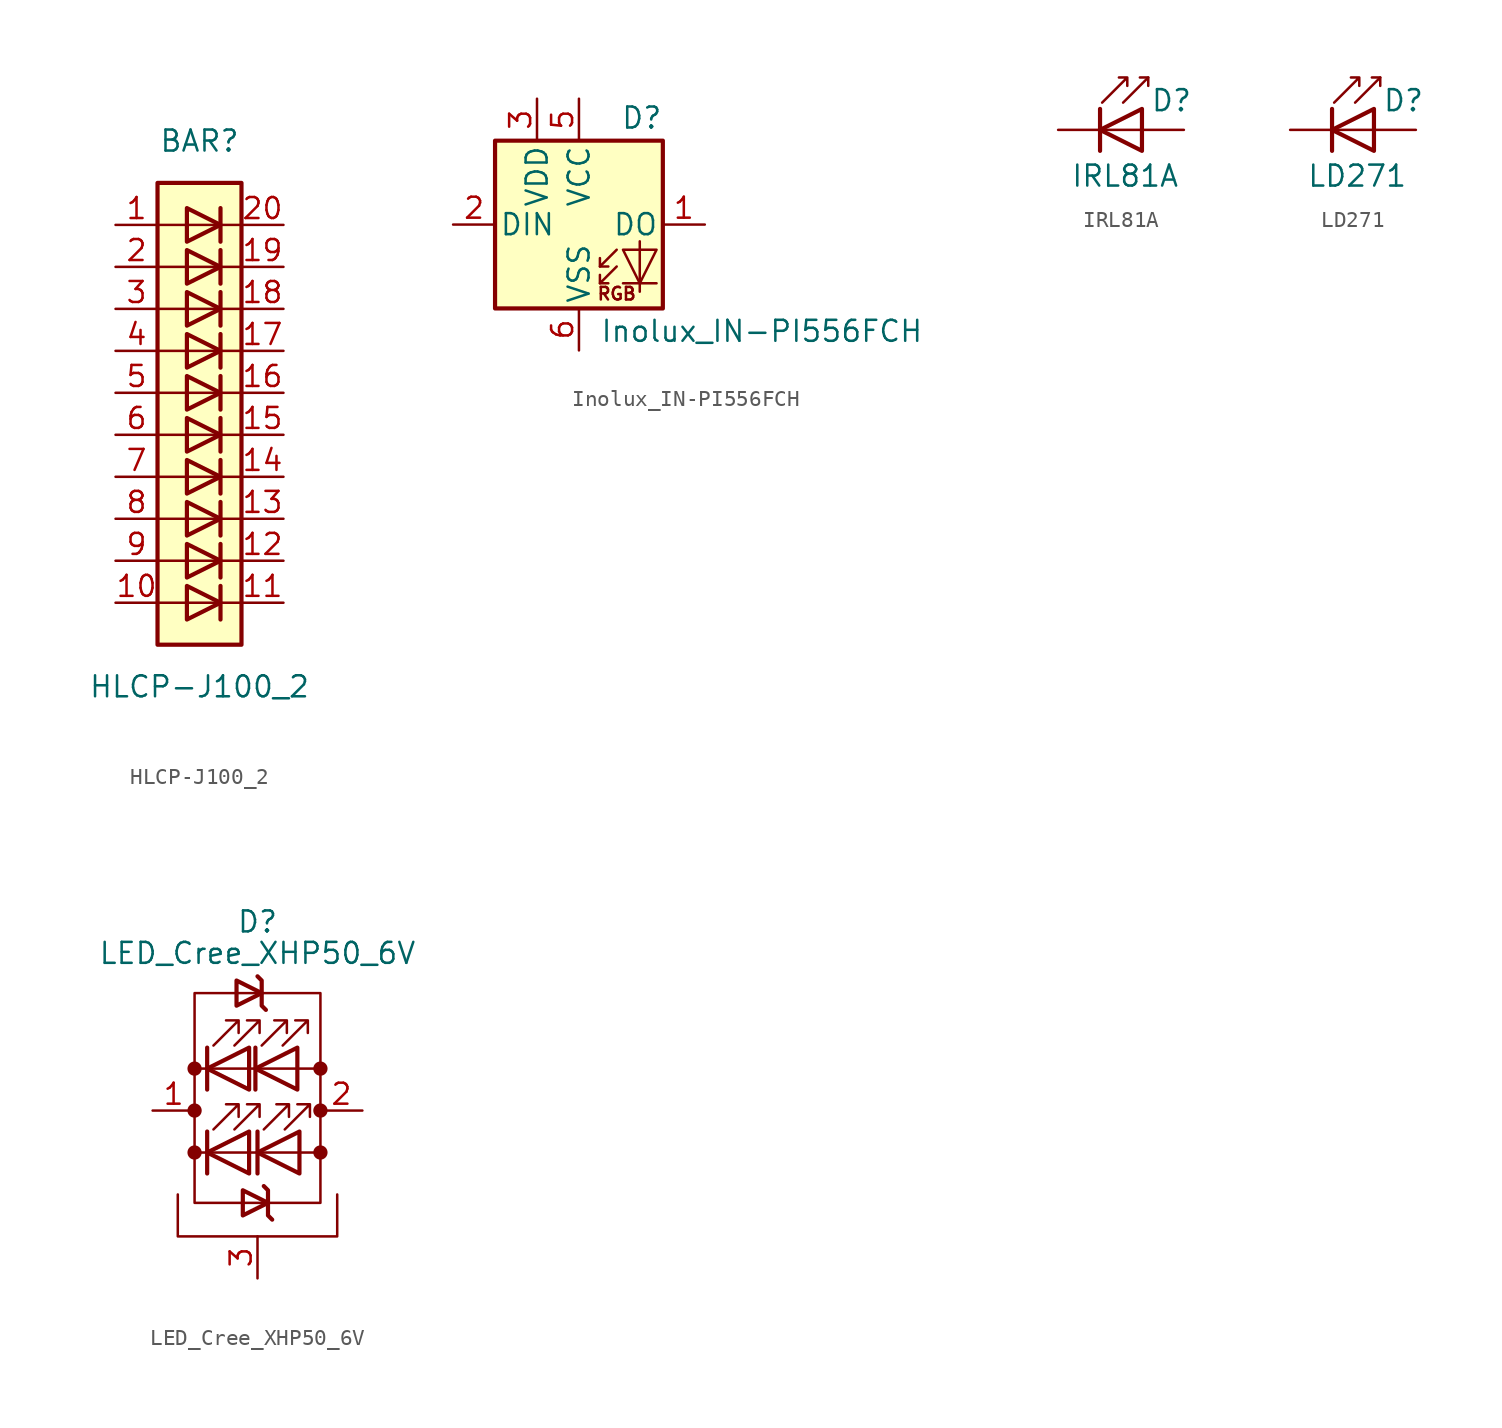
<source format=kicad_sym>
(kicad_symbol_lib
  (version 20241209)
  (generator "kicad_symbol_editor")
  (generator_version "9.0")
  (symbol "HLCP-J100_2"
    (pin_names
      (offset 1.016)
      (hide yes))
    (property "Reference" "BAR"
      (at 0 15.24 0)
      (effects (font (size 1.27 1.27))))
    (property "Value" "HLCP-J100_2"
      (at 0 -17.78 0)
      (effects (font (size 1.27 1.27))))
    (symbol "HLCP-J100_2_0_1"
      (rectangle (start -2.54 12.7) (end 2.54 -15.24) (stroke (width 0.254) (type default)) (fill (type background)))
      (polyline (pts (xy -2.54 10.16) (xy 2.54 10.16)) (stroke (width 0) (type default)) (fill (type none)))
      (polyline (pts (xy -2.54 7.62) (xy 2.54 7.62)) (stroke (width 0) (type default)) (fill (type none)))
      (polyline (pts (xy -2.54 5.08) (xy 2.54 5.08)) (stroke (width 0) (type default)) (fill (type none)))
      (polyline (pts (xy -2.54 0) (xy 2.54 0)) (stroke (width 0) (type default)) (fill (type none)))
      (polyline (pts (xy -2.54 -5.08) (xy 2.54 -5.08)) (stroke (width 0) (type default)) (fill (type none)))
      (polyline (pts (xy -2.54 -7.62) (xy 2.54 -7.62)) (stroke (width 0) (type default)) (fill (type none)))
      (polyline (pts (xy -2.54 -10.16) (xy 2.54 -10.16)) (stroke (width 0) (type default)) (fill (type none)))
      (polyline (pts (xy -2.54 -12.7) (xy 2.54 -12.7)) (stroke (width 0) (type default)) (fill (type none)))
      (polyline (pts (xy -0.762 11.176) (xy -0.762 9.144) (xy 1.27 10.16) (xy -0.762 11.176)) (stroke (width 0.254) (type default)) (fill (type none)))
      (polyline (pts (xy -0.762 8.636) (xy -0.762 6.604) (xy 1.27 7.62) (xy -0.762 8.636)) (stroke (width 0.254) (type default)) (fill (type none)))
      (polyline (pts (xy -0.762 6.096) (xy -0.762 4.064) (xy 1.27 5.08) (xy -0.762 6.096)) (stroke (width 0.254) (type default)) (fill (type none)))
      (polyline (pts (xy -0.762 3.556) (xy -0.762 1.524) (xy 1.27 2.54) (xy -0.762 3.556)) (stroke (width 0.254) (type default)) (fill (type none)))
      (polyline (pts (xy -0.762 1.016) (xy -0.762 -1.016) (xy 1.27 0) (xy -0.762 1.016)) (stroke (width 0.254) (type default)) (fill (type none)))
      (polyline (pts (xy -0.762 -1.524) (xy -0.762 -3.556) (xy 1.27 -2.54) (xy -0.762 -1.524)) (stroke (width 0.254) (type default)) (fill (type none)))
      (polyline (pts (xy -0.762 -4.064) (xy -0.762 -6.096) (xy 1.27 -5.08) (xy -0.762 -4.064)) (stroke (width 0.254) (type default)) (fill (type none)))
      (polyline (pts (xy -0.762 -6.604) (xy -0.762 -8.636) (xy 1.27 -7.62) (xy -0.762 -6.604)) (stroke (width 0.254) (type default)) (fill (type none)))
      (polyline (pts (xy -0.762 -9.144) (xy -0.762 -11.176) (xy 1.27 -10.16) (xy -0.762 -9.144)) (stroke (width 0.254) (type default)) (fill (type none)))
      (polyline (pts (xy -0.762 -11.684) (xy -0.762 -13.716) (xy 1.27 -12.7) (xy -0.762 -11.684)) (stroke (width 0.254) (type default)) (fill (type none)))
      (polyline (pts (xy 1.27 11.176) (xy 1.27 9.144)) (stroke (width 0.254) (type default)) (fill (type none)))
      (polyline (pts (xy 1.27 8.636) (xy 1.27 6.604)) (stroke (width 0.254) (type default)) (fill (type none)))
      (polyline (pts (xy 1.27 6.096) (xy 1.27 4.064)) (stroke (width 0.254) (type default)) (fill (type none)))
      (polyline (pts (xy 1.27 3.556) (xy 1.27 1.524)) (stroke (width 0.254) (type default)) (fill (type none)))
      (polyline (pts (xy 1.27 1.016) (xy 1.27 -1.016)) (stroke (width 0.254) (type default)) (fill (type none)))
      (polyline (pts (xy 1.27 -1.524) (xy 1.27 -3.556)) (stroke (width 0.254) (type default)) (fill (type none)))
      (polyline (pts (xy 1.27 -4.064) (xy 1.27 -6.096)) (stroke (width 0.254) (type default)) (fill (type none)))
      (polyline (pts (xy 1.27 -6.604) (xy 1.27 -8.636)) (stroke (width 0.254) (type default)) (fill (type none)))
      (polyline (pts (xy 1.27 -9.144) (xy 1.27 -11.176)) (stroke (width 0.254) (type default)) (fill (type none)))
      (polyline (pts (xy 1.27 -11.684) (xy 1.27 -13.716)) (stroke (width 0.254) (type default)) (fill (type none)))
      (polyline (pts (xy 2.54 2.54) (xy -2.54 2.54)) (stroke (width 0) (type default)) (fill (type none)))
      (polyline (pts (xy 2.54 -2.54) (xy -2.54 -2.54)) (stroke (width 0) (type default)) (fill (type none))))
    (symbol "HLCP-J100_2_1_1"
      (pin passive line (at -5.08 10.16 0) (length 2.54) (name "A" (effects (font (size 1.27 1.27)))) (number "1" (effects (font (size 1.27 1.27)))))
      (pin passive line (at -5.08 7.62 0) (length 2.54) (name "A" (effects (font (size 1.27 1.27)))) (number "2" (effects (font (size 1.27 1.27)))))
      (pin passive line (at -5.08 5.08 0) (length 2.54) (name "A" (effects (font (size 1.27 1.27)))) (number "3" (effects (font (size 1.27 1.27)))))
      (pin passive line (at -5.08 2.54 0) (length 2.54) (name "A" (effects (font (size 1.27 1.27)))) (number "4" (effects (font (size 1.27 1.27)))))
      (pin passive line (at -5.08 0 0) (length 2.54) (name "A" (effects (font (size 1.27 1.27)))) (number "5" (effects (font (size 1.27 1.27)))))
      (pin passive line (at -5.08 -2.54 0) (length 2.54) (name "A" (effects (font (size 1.27 1.27)))) (number "6" (effects (font (size 1.27 1.27)))))
      (pin passive line (at -5.08 -5.08 0) (length 2.54) (name "A" (effects (font (size 1.27 1.27)))) (number "7" (effects (font (size 1.27 1.27)))))
      (pin passive line (at -5.08 -7.62 0) (length 2.54) (name "A" (effects (font (size 1.27 1.27)))) (number "8" (effects (font (size 1.27 1.27)))))
      (pin passive line (at -5.08 -10.16 0) (length 2.54) (name "A" (effects (font (size 1.27 1.27)))) (number "9" (effects (font (size 1.27 1.27)))))
      (pin passive line (at -5.08 -12.7 0) (length 2.54) (name "A" (effects (font (size 1.27 1.27)))) (number "10" (effects (font (size 1.27 1.27)))))
      (pin passive line (at 5.08 10.16 180) (length 2.54) (name "K" (effects (font (size 1.27 1.27)))) (number "20" (effects (font (size 1.27 1.27)))))
      (pin passive line (at 5.08 7.62 180) (length 2.54) (name "K" (effects (font (size 1.27 1.27)))) (number "19" (effects (font (size 1.27 1.27)))))
      (pin passive line (at 5.08 5.08 180) (length 2.54) (name "K" (effects (font (size 1.27 1.27)))) (number "18" (effects (font (size 1.27 1.27)))))
      (pin passive line (at 5.08 2.54 180) (length 2.54) (name "K" (effects (font (size 1.27 1.27)))) (number "17" (effects (font (size 1.27 1.27)))))
      (pin passive line (at 5.08 0 180) (length 2.54) (name "K" (effects (font (size 1.27 1.27)))) (number "16" (effects (font (size 1.27 1.27)))))
      (pin passive line (at 5.08 -2.54 180) (length 2.54) (name "K" (effects (font (size 1.27 1.27)))) (number "15" (effects (font (size 1.27 1.27)))))
      (pin passive line (at 5.08 -5.08 180) (length 2.54) (name "K" (effects (font (size 1.27 1.27)))) (number "14" (effects (font (size 1.27 1.27)))))
      (pin passive line (at 5.08 -7.62 180) (length 2.54) (name "K" (effects (font (size 1.27 1.27)))) (number "13" (effects (font (size 1.27 1.27)))))
      (pin passive line (at 5.08 -10.16 180) (length 2.54) (name "K" (effects (font (size 1.27 1.27)))) (number "12" (effects (font (size 1.27 1.27)))))
      (pin passive line (at 5.08 -12.7 180) (length 2.54) (name "K" (effects (font (size 1.27 1.27)))) (number "11" (effects (font (size 1.27 1.27)))))))
  (symbol "Inolux_IN-PI556FCH"
    (pin_names
      (offset 0.254))
    (property "Reference" "D"
      (at 5.08 5.715 0)
      (effects (font (size 1.27 1.27)) (justify right bottom)))
    (property "Value" "Inolux_IN-PI556FCH"
      (at 1.27 -5.715 0)
      (effects (font (size 1.27 1.27)) (justify left top)))
    (symbol "Inolux_IN-PI556FCH_0_0"
      (text "RGB" (at 2.286 -4.191 0) (effects (font (size 0.762 0.762)))))
    (symbol "Inolux_IN-PI556FCH_0_1"
      (polyline (pts (xy 1.27 -2.54) (xy 1.778 -2.54)) (stroke (width 0) (type default)) (fill (type none)))
      (polyline (pts (xy 1.27 -3.556) (xy 1.778 -3.556)) (stroke (width 0) (type default)) (fill (type none)))
      (polyline (pts (xy 2.286 -1.524) (xy 1.27 -2.54) (xy 1.27 -2.032)) (stroke (width 0) (type default)) (fill (type none)))
      (polyline (pts (xy 2.286 -2.54) (xy 1.27 -3.556) (xy 1.27 -3.048)) (stroke (width 0) (type default)) (fill (type none)))
      (polyline (pts (xy 3.683 -1.016) (xy 3.683 -3.556) (xy 3.683 -4.064)) (stroke (width 0) (type default)) (fill (type none)))
      (polyline (pts (xy 4.699 -1.524) (xy 2.667 -1.524) (xy 3.683 -3.556) (xy 4.699 -1.524)) (stroke (width 0) (type default)) (fill (type none)))
      (polyline (pts (xy 4.699 -3.556) (xy 2.667 -3.556)) (stroke (width 0) (type default)) (fill (type none)))
      (rectangle (start 5.08 5.08) (end -5.08 -5.08) (stroke (width 0.254) (type default)) (fill (type background))))
    (symbol "Inolux_IN-PI556FCH_1_1"
      (pin input line (at -7.62 0 0) (length 2.54) (name "DIN" (effects (font (size 1.27 1.27)))) (number "2" (effects (font (size 1.27 1.27)))))
      (pin power_in line (at -2.54 7.62 270) (length 2.54) (name "VDD" (effects (font (size 1.27 1.27)))) (number "3" (effects (font (size 1.27 1.27)))))
      (pin power_in line (at 0 7.62 270) (length 2.54) (name "VCC" (effects (font (size 1.27 1.27)))) (number "5" (effects (font (size 1.27 1.27)))))
      (pin power_in line (at 0 -7.62 90) (length 2.54) (name "VSS" (effects (font (size 1.27 1.27)))) (number "6" (effects (font (size 1.27 1.27)))))
      (pin no_connect line (at 5.08 2.54 180) (length 2.54) (hide yes) (name "NC" (effects (font (size 1.27 1.27)))) (number "4" (effects (font (size 1.27 1.27)))))
      (pin output line (at 7.62 0 180) (length 2.54) (name "DO" (effects (font (size 1.27 1.27)))) (number "1" (effects (font (size 1.27 1.27)))))))
  (symbol "IRL81A"
    (pin_numbers
      (hide yes))
    (pin_names
      (offset 1.016)
      (hide yes))
    (property "Reference" "D"
      (at 0.508 1.778 0)
      (effects (font (size 1.27 1.27)) (justify left)))
    (property "Value" "IRL81A"
      (at -1.016 -2.794 0)
      (effects (font (size 1.27 1.27))))
    (symbol "IRL81A_0_1"
      (polyline (pts (xy -2.54 1.27) (xy -2.54 -1.27)) (stroke (width 0.254) (type default)) (fill (type none)))
      (polyline (pts (xy -2.54 0) (xy 0 0)) (stroke (width 0) (type default)) (fill (type none)))
      (polyline (pts (xy -2.413 1.651) (xy -0.889 3.175) (xy -0.889 2.667) (xy -0.889 3.175) (xy -1.397 3.175)) (stroke (width 0) (type default)) (fill (type none)))
      (polyline (pts (xy -1.143 1.651) (xy 0.381 3.175) (xy 0.381 2.667)) (stroke (width 0) (type default)) (fill (type none)))
      (polyline (pts (xy 0 -1.27) (xy 0 1.27) (xy -2.54 0) (xy 0 -1.27)) (stroke (width 0.254) (type default)) (fill (type none)))
      (polyline (pts (xy 0.381 3.175) (xy -0.127 3.175)) (stroke (width 0) (type default)) (fill (type none))))
    (symbol "IRL81A_1_1"
      (pin passive line (at -5.08 0 0) (length 2.54) (name "K" (effects (font (size 1.27 1.27)))) (number "1" (effects (font (size 1.27 1.27)))))
      (pin passive line (at 2.54 0 180) (length 2.54) (name "A" (effects (font (size 1.27 1.27)))) (number "2" (effects (font (size 1.27 1.27)))))))
  (symbol "LD271"
    (pin_numbers
      (hide yes))
    (pin_names
      (offset 1.016)
      (hide yes))
    (property "Reference" "D"
      (at 0.508 1.778 0)
      (effects (font (size 1.27 1.27)) (justify left)))
    (property "Value" "LD271"
      (at -1.016 -2.794 0)
      (effects (font (size 1.27 1.27))))
    (symbol "LD271_0_1"
      (polyline (pts (xy -2.54 1.27) (xy -2.54 -1.27)) (stroke (width 0.254) (type default)) (fill (type none)))
      (polyline (pts (xy -2.413 1.651) (xy -0.889 3.175) (xy -0.889 2.667) (xy -0.889 3.175) (xy -1.397 3.175)) (stroke (width 0) (type default)) (fill (type none)))
      (polyline (pts (xy -1.143 1.651) (xy 0.381 3.175) (xy 0.381 2.667)) (stroke (width 0) (type default)) (fill (type none)))
      (polyline (pts (xy 0 0) (xy -2.54 0)) (stroke (width 0) (type default)) (fill (type none)))
      (polyline (pts (xy 0 -1.27) (xy -2.54 0) (xy 0 1.27) (xy 0 -1.27)) (stroke (width 0.254) (type default)) (fill (type none)))
      (polyline (pts (xy 0.381 3.175) (xy -0.127 3.175)) (stroke (width 0) (type default)) (fill (type none))))
    (symbol "LD271_1_1"
      (pin passive line (at -5.08 0 0) (length 2.54) (name "K" (effects (font (size 1.27 1.27)))) (number "1" (effects (font (size 1.27 1.27)))))
      (pin passive line (at 2.54 0 180) (length 2.54) (name "A" (effects (font (size 1.27 1.27)))) (number "2" (effects (font (size 1.27 1.27)))))))
  (symbol "LED_Cree_XHP50_6V"
    (pin_names
      (offset 1.016)
      (hide yes))
    (property "Reference" "D"
      (at 0 11.43 0)
      (effects (font (size 1.27 1.27))))
    (property "Value" "LED_Cree_XHP50_6V"
      (at 0 9.525 0)
      (effects (font (size 1.27 1.27))))
    (symbol "LED_Cree_XHP50_6V_0_1"
      (polyline (pts (xy -4.826 -5.08) (xy -4.826 -7.62) (xy 4.826 -7.62) (xy 4.826 -5.08)) (stroke (width 0) (type default)) (fill (type none)))
      (circle (center -3.81 2.54) (radius 0.356) (stroke (width 0) (type default)) (fill (type outline)))
      (circle (center -3.81 0) (radius 0.356) (stroke (width 0) (type default)) (fill (type outline)))
      (circle (center -3.81 -2.54) (radius 0.356) (stroke (width 0) (type default)) (fill (type outline)))
      (polyline (pts (xy -3.81 -2.54) (xy 3.81 -2.54)) (stroke (width 0) (type default)) (fill (type none)))
      (polyline (pts (xy -3.81 -5.588) (xy -3.81 7.112) (xy 3.81 7.112) (xy 3.81 -5.588) (xy -3.81 -5.588)) (stroke (width 0) (type default)) (fill (type none)))
      (polyline (pts (xy -3.048 1.27) (xy -3.048 3.81)) (stroke (width 0.254) (type default)) (fill (type none)))
      (polyline (pts (xy -3.048 -3.81) (xy -3.048 -1.27)) (stroke (width 0.254) (type default)) (fill (type none)))
      (polyline (pts (xy -2.667 3.937) (xy -1.143 5.461) (xy -1.905 5.461) (xy -1.143 5.461) (xy -1.143 4.699)) (stroke (width 0) (type default)) (fill (type none)))
      (polyline (pts (xy -2.667 -1.143) (xy -1.143 0.381) (xy -1.905 0.381) (xy -1.143 0.381) (xy -1.143 -0.381)) (stroke (width 0) (type default)) (fill (type none)))
      (polyline (pts (xy -1.397 3.937) (xy 0.127 5.461) (xy -0.635 5.461) (xy 0.127 5.461) (xy 0.127 4.699)) (stroke (width 0) (type default)) (fill (type none)))
      (polyline (pts (xy -1.397 -1.143) (xy 0.127 0.381) (xy -0.635 0.381) (xy 0.127 0.381) (xy 0.127 -0.381)) (stroke (width 0) (type default)) (fill (type none)))
      (polyline (pts (xy -1.27 6.35) (xy -1.27 7.874) (xy 0.254 7.112) (xy -1.27 6.35) (xy -1.27 6.604)) (stroke (width 0.254) (type default)) (fill (type none)))
      (polyline (pts (xy -0.889 -6.35) (xy -0.889 -4.826) (xy 0.635 -5.588) (xy -0.889 -6.35) (xy -0.889 -6.096)) (stroke (width 0.254) (type default)) (fill (type none)))
      (polyline (pts (xy -0.508 1.27) (xy -0.508 3.81) (xy -3.048 2.54) (xy -0.508 1.27)) (stroke (width 0.254) (type default)) (fill (type none)))
      (polyline (pts (xy -0.508 -3.81) (xy -0.508 -1.27) (xy -3.048 -2.54) (xy -0.508 -3.81)) (stroke (width 0.254) (type default)) (fill (type none)))
      (polyline (pts (xy -0.127 1.27) (xy -0.127 3.81)) (stroke (width 0.254) (type default)) (fill (type none)))
      (polyline (pts (xy 0 -3.81) (xy 0 -1.27)) (stroke (width 0.254) (type default)) (fill (type none)))
      (polyline (pts (xy 0.254 3.937) (xy 1.778 5.461) (xy 1.016 5.461) (xy 1.778 5.461) (xy 1.778 4.699)) (stroke (width 0) (type default)) (fill (type none)))
      (polyline (pts (xy 0.381 -1.143) (xy 1.905 0.381) (xy 1.143 0.381) (xy 1.905 0.381) (xy 1.905 -0.381)) (stroke (width 0) (type default)) (fill (type none)))
      (polyline (pts (xy 0.508 6.096) (xy 0.254 6.35) (xy 0.254 7.874) (xy 0 8.128)) (stroke (width 0.254) (type default)) (fill (type none)))
      (polyline (pts (xy 0.889 -6.604) (xy 0.635 -6.35) (xy 0.635 -4.826) (xy 0.381 -4.572)) (stroke (width 0.254) (type default)) (fill (type none)))
      (polyline (pts (xy 1.524 3.937) (xy 3.048 5.461) (xy 2.286 5.461) (xy 3.048 5.461) (xy 3.048 4.699)) (stroke (width 0) (type default)) (fill (type none)))
      (polyline (pts (xy 1.651 -1.143) (xy 3.175 0.381) (xy 2.413 0.381) (xy 3.175 0.381) (xy 3.175 -0.381)) (stroke (width 0) (type default)) (fill (type none)))
      (polyline (pts (xy 2.413 1.27) (xy 2.413 3.81) (xy -0.127 2.54) (xy 2.413 1.27)) (stroke (width 0.254) (type default)) (fill (type none)))
      (polyline (pts (xy 2.54 -3.81) (xy 2.54 -1.27) (xy 0 -2.54) (xy 2.54 -3.81)) (stroke (width 0.254) (type default)) (fill (type none)))
      (polyline (pts (xy 3.81 2.54) (xy -3.81 2.54)) (stroke (width 0) (type default)) (fill (type none)))
      (circle (center 3.81 2.54) (radius 0.356) (stroke (width 0) (type default)) (fill (type outline)))
      (circle (center 3.81 0) (radius 0.356) (stroke (width 0) (type default)) (fill (type outline)))
      (circle (center 3.81 -2.54) (radius 0.356) (stroke (width 0) (type default)) (fill (type outline))))
    (symbol "LED_Cree_XHP50_6V_1_1"
      (pin passive line (at -6.35 0 0) (length 2.54) (name "K" (effects (font (size 1.27 1.27)))) (number "1" (effects (font (size 1.27 1.27)))))
      (pin passive line (at 0 -10.16 90) (length 2.54) (name "PAD" (effects (font (size 1.27 1.27)))) (number "3" (effects (font (size 1.27 1.27)))))
      (pin passive line (at 6.35 0 180) (length 2.54) (name "A" (effects (font (size 1.27 1.27)))) (number "2" (effects (font (size 1.27 1.27))))))))
</source>
